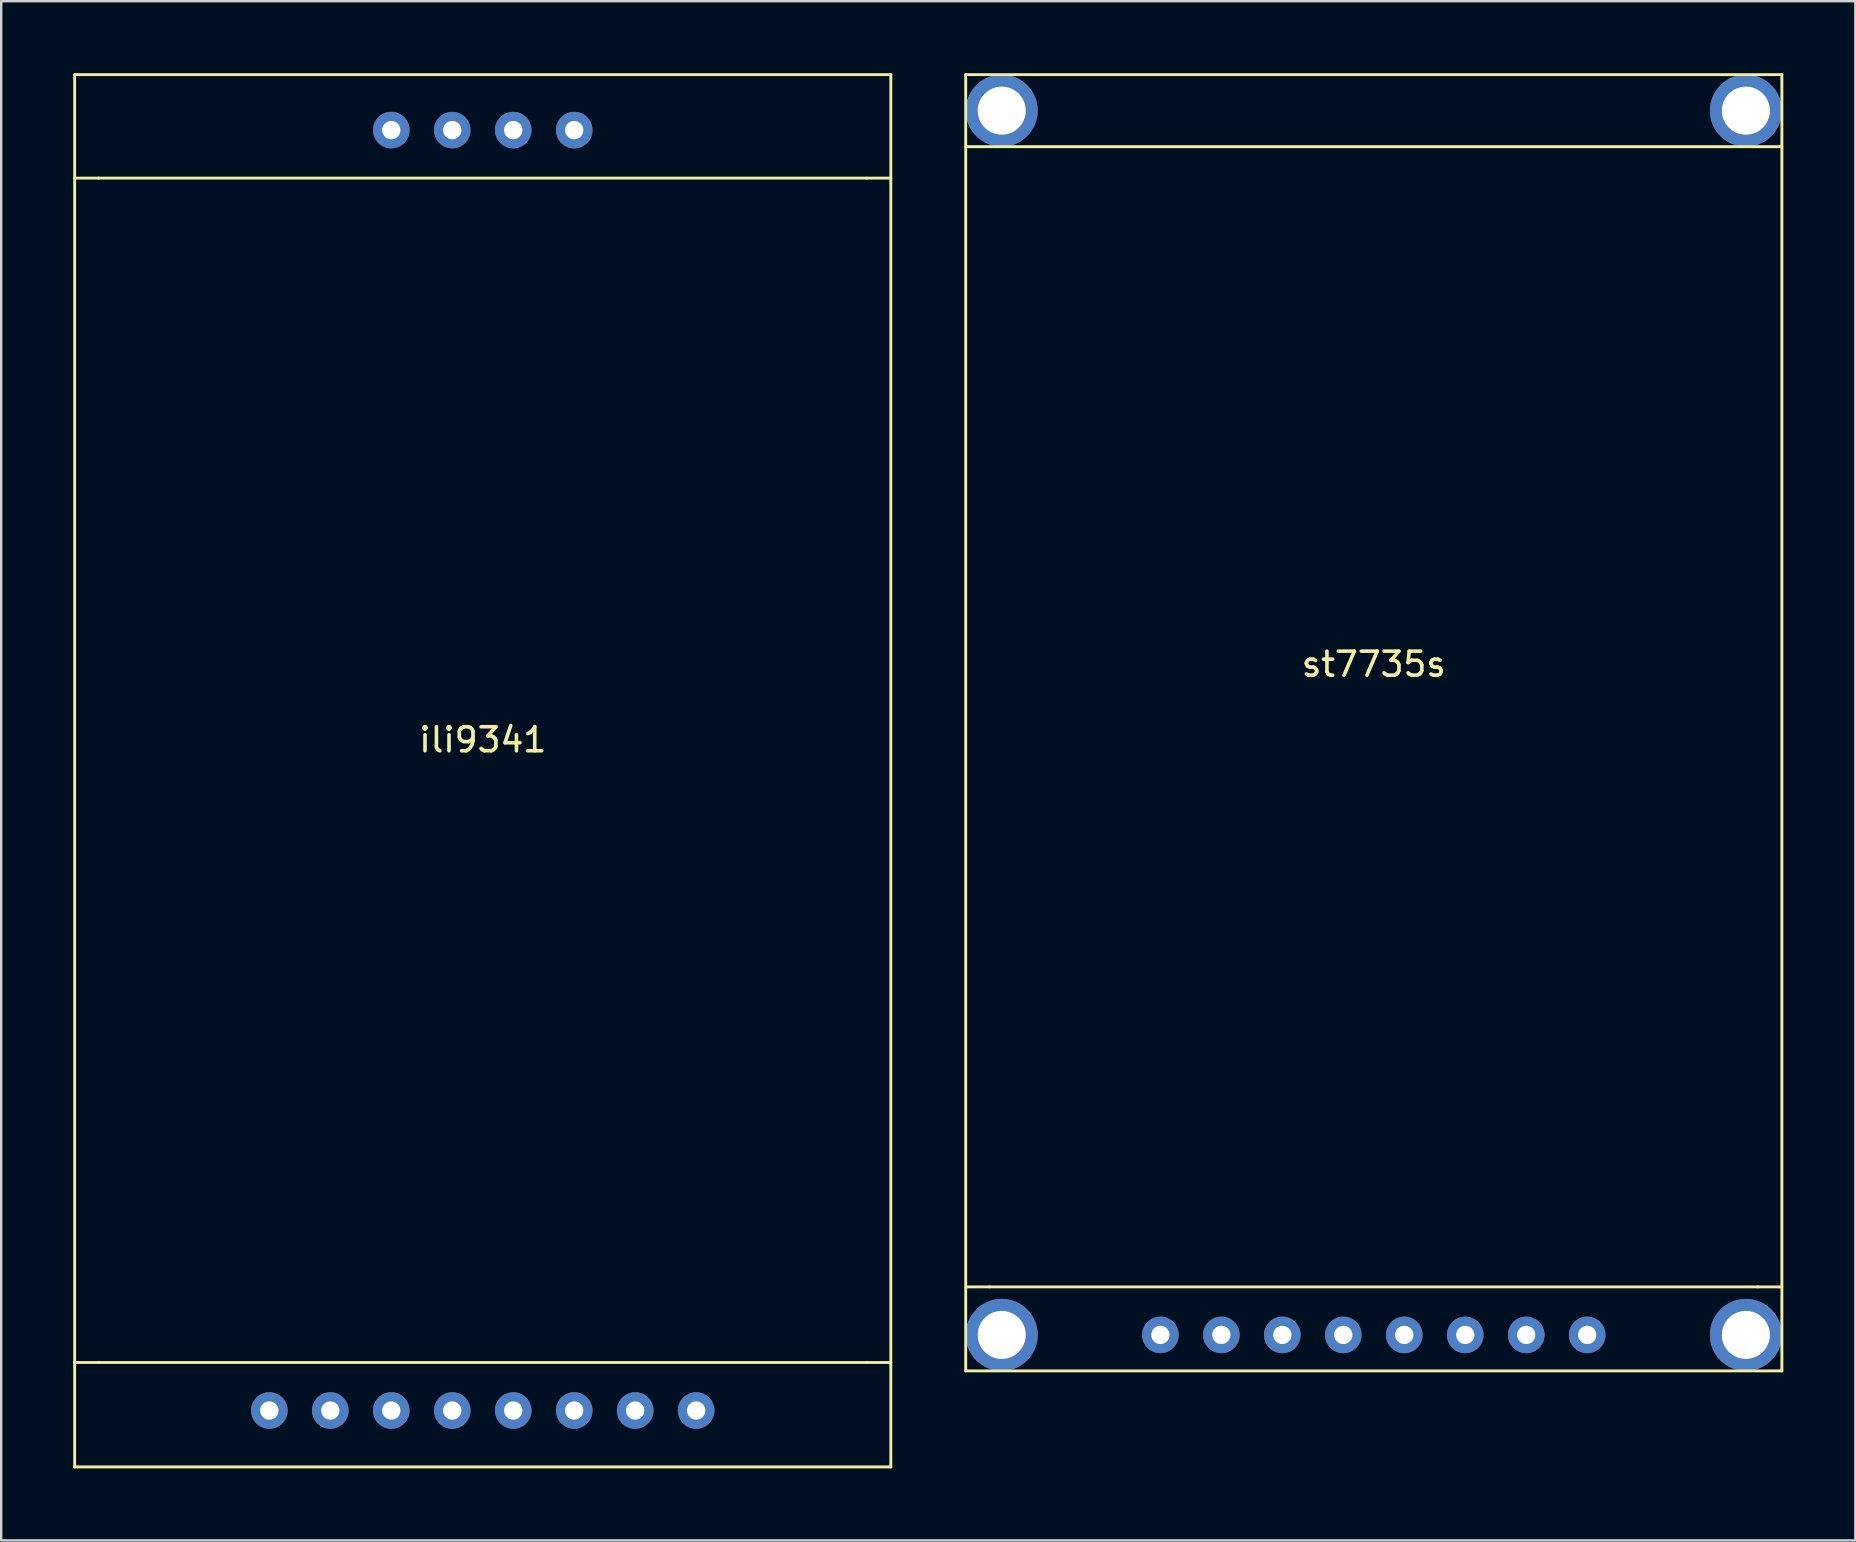
<source format=kicad_pcb>
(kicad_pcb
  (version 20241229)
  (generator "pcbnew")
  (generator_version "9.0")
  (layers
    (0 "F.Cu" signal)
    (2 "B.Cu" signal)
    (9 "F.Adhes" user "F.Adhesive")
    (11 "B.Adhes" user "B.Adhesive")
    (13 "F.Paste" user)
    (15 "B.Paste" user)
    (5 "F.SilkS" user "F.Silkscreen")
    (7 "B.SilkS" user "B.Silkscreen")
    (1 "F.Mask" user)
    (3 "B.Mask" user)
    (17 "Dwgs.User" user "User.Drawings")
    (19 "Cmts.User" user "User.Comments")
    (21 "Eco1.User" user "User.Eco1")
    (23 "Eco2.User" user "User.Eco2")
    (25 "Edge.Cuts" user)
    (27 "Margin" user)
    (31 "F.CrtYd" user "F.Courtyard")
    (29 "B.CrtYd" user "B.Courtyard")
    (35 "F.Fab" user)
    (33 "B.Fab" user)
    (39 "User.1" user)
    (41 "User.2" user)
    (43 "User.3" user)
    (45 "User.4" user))
  (footprint "ili9341"
    (layer "F.Cu")
    (at 17.06 29.04)
    (property "Reference" "ili9341" (at 0 -1.27 0) (layer "F.SilkS") (effects (font (size 1 1) (thickness 0.15))))
    (attr through_hole)
    (fp_line (start -17 -28.98) (end 17 -28.98) (stroke (width 0.12) (type solid)) (layer "F.SilkS"))
    (fp_line (start -17 29.02) (end -17 -28.98) (stroke (width 0.12) (type solid)) (layer "F.SilkS"))
    (fp_line (start -17 29.02) (end 17 29.02) (stroke (width 0.12) (type solid)) (layer "F.SilkS"))
    (fp_line (start -16 -24.67) (end -17 -24.67) (stroke (width 0.12) (type solid)) (layer "F.SilkS"))
    (fp_line (start -16 -24.67) (end 16 -24.67) (stroke (width 0.12) (type solid)) (layer "F.SilkS"))
    (fp_line (start -16 24.67) (end -17 24.67) (stroke (width 0.12) (type solid)) (layer "F.SilkS"))
    (fp_line (start 16 -24.67) (end 17 -24.67) (stroke (width 0.12) (type solid)) (layer "F.SilkS"))
    (fp_line (start 16 24.67) (end -16 24.67) (stroke (width 0.12) (type solid)) (layer "F.SilkS"))
    (fp_line (start 16 24.67) (end 17 24.67) (stroke (width 0.12) (type solid)) (layer "F.SilkS"))
    (fp_line (start 17 -28.98) (end 17 29.02) (stroke (width 0.12) (type solid)) (layer "F.SilkS"))
    (pad "1" thru_hole circle (at -8.89 26.67) (size 1.524 1.524) (drill 0.762) (layers "*.Cu" "*.Mask"))
    (pad "2" thru_hole circle (at -6.35 26.67) (size 1.524 1.524) (drill 0.762) (layers "*.Cu" "*.Mask"))
    (pad "3" thru_hole circle (at -3.81 26.67) (size 1.524 1.524) (drill 0.762) (layers "*.Cu" "*.Mask"))
    (pad "4" thru_hole circle (at -1.27 26.67) (size 1.524 1.524) (drill 0.762) (layers "*.Cu" "*.Mask"))
    (pad "5" thru_hole circle (at 1.27 26.67) (size 1.524 1.524) (drill 0.762) (layers "*.Cu" "*.Mask"))
    (pad "6" thru_hole circle (at 3.81 26.67) (size 1.524 1.524) (drill 0.762) (layers "*.Cu" "*.Mask"))
    (pad "7" thru_hole circle (at 6.35 26.67) (size 1.524 1.524) (drill 0.762) (layers "*.Cu" "*.Mask"))
    (pad "8" thru_hole circle (at 8.89 26.67) (size 1.524 1.524) (drill 0.762) (layers "*.Cu" "*.Mask"))
    (pad "9" thru_hole circle (at -3.81 -26.67) (size 1.524 1.524) (drill 0.762) (layers "*.Cu" "*.Mask"))
    (pad "10" thru_hole circle (at -1.27 -26.67) (size 1.524 1.524) (drill 0.762) (layers "*.Cu" "*.Mask"))
    (pad "11" thru_hole circle (at 1.27 -26.67) (size 1.524 1.524) (drill 0.762) (layers "*.Cu" "*.Mask"))
    (pad "12" thru_hole circle (at 3.81 -26.67) (size 1.524 1.524) (drill 0.762) (layers "*.Cu" "*.Mask")))
  (footprint "st7735s"
    (layer "F.Cu")
    (at 54.18 52.56)
    (property "Reference" "st7735s" (at 0 -27.94 0) (layer "F.SilkS") (effects (font (size 1 1) (thickness 0.15))))
    (attr through_hole)
    (fp_line (start -17 -52.5) (end 17 -52.5) (stroke (width 0.12) (type solid)) (layer "F.SilkS"))
    (fp_line (start -17 -49.5) (end 17 -49.5) (stroke (width 0.12) (type solid)) (layer "F.SilkS"))
    (fp_line (start -17 1.5) (end -17 -52.5) (stroke (width 0.12) (type solid)) (layer "F.SilkS"))
    (fp_line (start -17 1.5) (end 17 1.5) (stroke (width 0.12) (type solid)) (layer "F.SilkS"))
    (fp_line (start -16 -2) (end -17 -2) (stroke (width 0.12) (type solid)) (layer "F.SilkS"))
    (fp_line (start 16 -2) (end -16 -2) (stroke (width 0.12) (type solid)) (layer "F.SilkS"))
    (fp_line (start 16 -2) (end 17 -2) (stroke (width 0.12) (type solid)) (layer "F.SilkS"))
    (fp_line (start 17 -52.5) (end 17 1.5) (stroke (width 0.12) (type solid)) (layer "F.SilkS"))
    (pad "1" thru_hole circle (at 8.89 0) (size 1.524 1.524) (drill 0.762) (layers "*.Cu" "*.Mask"))
    (pad "2" thru_hole circle (at 6.35 0) (size 1.524 1.524) (drill 0.762) (layers "*.Cu" "*.Mask"))
    (pad "3" thru_hole circle (at 3.81 0) (size 1.524 1.524) (drill 0.762) (layers "*.Cu" "*.Mask"))
    (pad "4" thru_hole circle (at 1.27 0) (size 1.524 1.524) (drill 0.762) (layers "*.Cu" "*.Mask"))
    (pad "5" thru_hole circle (at -1.27 0) (size 1.524 1.524) (drill 0.762) (layers "*.Cu" "*.Mask"))
    (pad "6" thru_hole circle (at -3.81 0) (size 1.524 1.524) (drill 0.762) (layers "*.Cu" "*.Mask"))
    (pad "7" thru_hole circle (at -6.35 0) (size 1.524 1.524) (drill 0.762) (layers "*.Cu" "*.Mask"))
    (pad "8" thru_hole circle (at -8.89 0) (size 1.524 1.524) (drill 0.762) (layers "*.Cu" "*.Mask"))
    (pad "MOUNT" thru_hole circle (at -15.5 -51) (size 3 3) (drill 2) (layers "*.Cu" "*.Mask"))
    (pad "MOUNT" thru_hole circle (at -15.5 0) (size 3 3) (drill 2) (layers "*.Cu" "*.Mask"))
    (pad "MOUNT" thru_hole circle (at 15.5 -51 180) (size 3 3) (drill 2) (layers "*.Cu" "*.Mask"))
    (pad "MOUNT" thru_hole circle (at 15.5 0 180) (size 3 3) (drill 2) (layers "*.Cu" "*.Mask")))
  (gr_rect
    (start -3 -3)
    (end 74.24 61.12)
    (stroke (width 0.1) (type default))
    (fill no)
    (layer "Edge.Cuts")))
</source>
